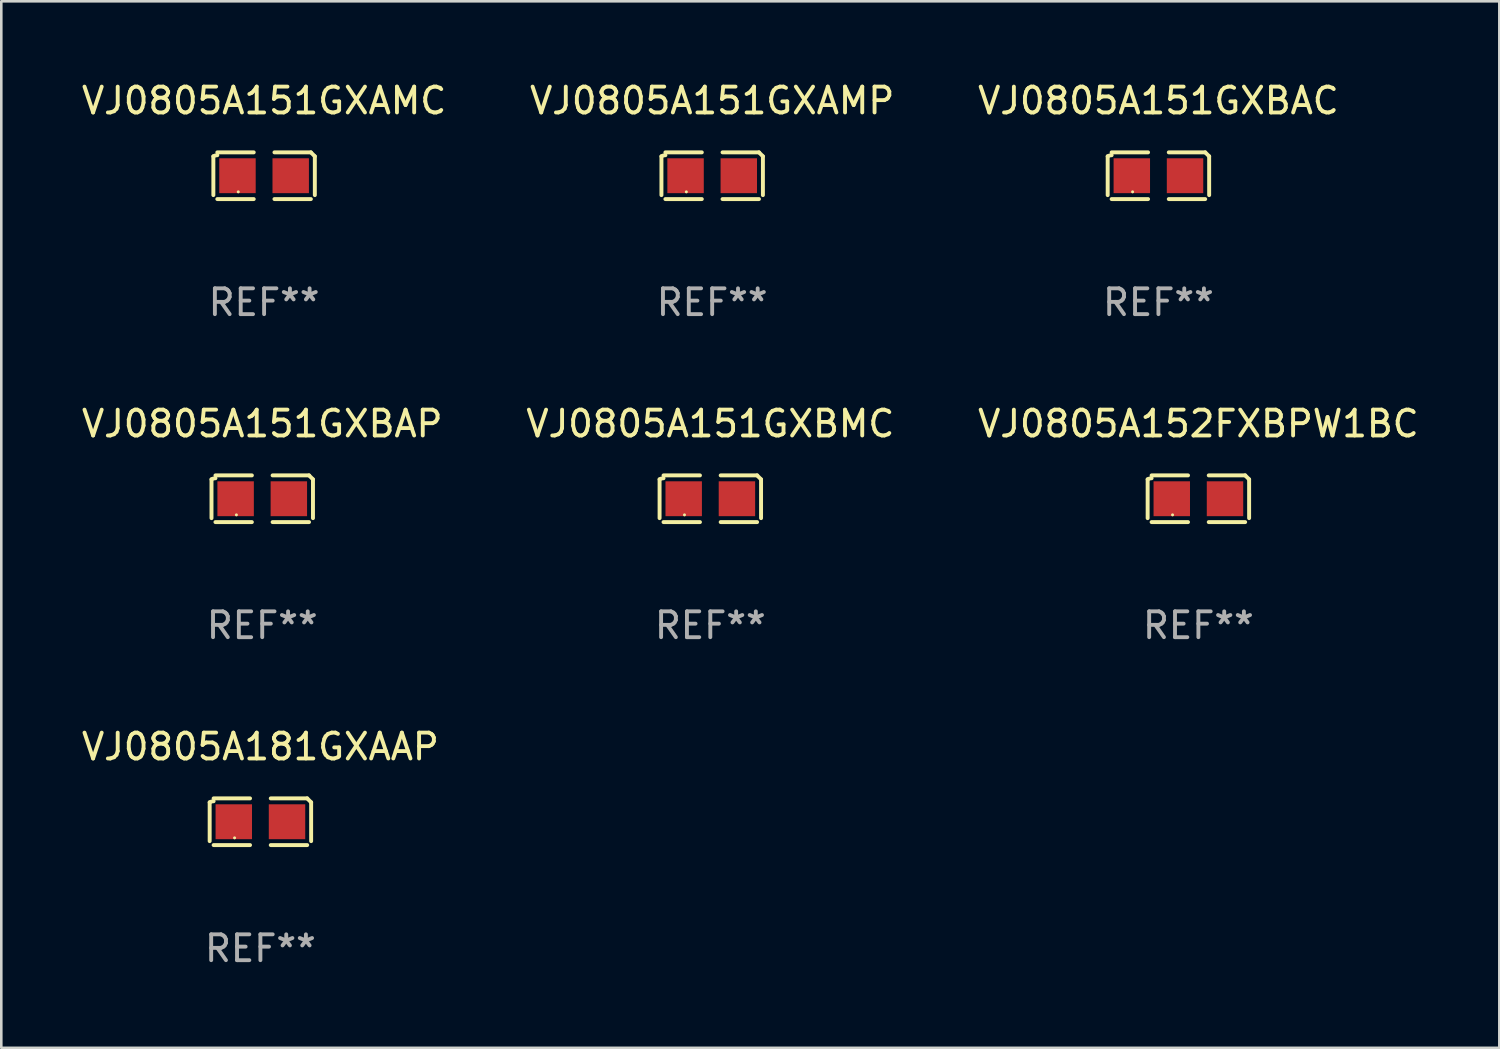
<source format=kicad_pcb>
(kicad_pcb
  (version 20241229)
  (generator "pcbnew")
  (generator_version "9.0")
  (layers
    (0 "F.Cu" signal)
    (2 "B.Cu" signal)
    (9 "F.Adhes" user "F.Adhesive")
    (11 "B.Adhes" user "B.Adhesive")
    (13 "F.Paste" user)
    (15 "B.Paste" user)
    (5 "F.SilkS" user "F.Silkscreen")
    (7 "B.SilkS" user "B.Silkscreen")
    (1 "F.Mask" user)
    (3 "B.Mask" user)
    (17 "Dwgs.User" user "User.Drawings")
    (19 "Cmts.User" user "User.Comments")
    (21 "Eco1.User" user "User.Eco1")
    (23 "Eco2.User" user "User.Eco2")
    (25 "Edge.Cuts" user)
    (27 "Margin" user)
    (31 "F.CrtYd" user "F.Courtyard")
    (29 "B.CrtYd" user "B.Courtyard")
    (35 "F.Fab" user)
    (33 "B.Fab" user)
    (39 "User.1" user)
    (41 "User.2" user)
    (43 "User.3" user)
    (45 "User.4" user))
  (footprint "VJ0805A151GXBAC"
    (layer "F.Cu")
    (at 41.792 3.752)
    (property "Reference" "VJ0805A151GXBAC" (at 0 -2.904 0) (layer "F.SilkS") (effects (font (size 1 1) (thickness 0.15))))
    (attr through_hole)
    (fp_line (start -1.964 0.751) (end -1.964 -0.751) (stroke (width 0.152) (type solid)) (layer "F.SilkS"))
    (fp_line (start -1.811 -0.904) (end -0.401 -0.904) (stroke (width 0.152) (type solid)) (layer "F.SilkS"))
    (fp_line (start -0.401 0.904) (end -1.811 0.904) (stroke (width 0.152) (type solid)) (layer "F.SilkS"))
    (fp_line (start 0.401 0.904) (end 1.811 0.904) (stroke (width 0.152) (type solid)) (layer "F.SilkS"))
    (fp_line (start 1.811 -0.904) (end 0.401 -0.904) (stroke (width 0.152) (type solid)) (layer "F.SilkS"))
    (fp_line (start 1.964 0.751) (end 1.964 -0.751) (stroke (width 0.152) (type solid)) (layer "F.SilkS"))
    (fp_arc (start -1.963602 -0.751207) (mid -1.890354 -0.783131) (end -1.811201 -0.794044) (stroke (width 0.1524) (type solid)) (layer "F.SilkS"))
    (fp_arc (start 1.811202 -0.903607) (mid 1.887413 -0.827418) (end 1.963602 -0.751207) (stroke (width 0.1524) (type solid)) (layer "F.SilkS"))
    (fp_circle (center -1 0.625) (end -0.97 0.625) (stroke (width 0.06) (type solid)) (fill no) (layer "F.SilkS"))
    (fp_text user "REF**" (at 0 4.904 0) (layer "F.Fab") (effects (font (size 1 1) (thickness 0.15))))
    (pad "1" smd rect (at -1.03 0) (size 1.41 1.35) (layers "F.Cu" "F.Mask" "F.Paste"))
    (pad "2" smd rect (at 1.03 0) (size 1.41 1.35) (layers "F.Cu" "F.Mask" "F.Paste")))
  (footprint "VJ0805A151GXAMC"
    (layer "F.Cu")
    (at 7.173 3.752)
    (property "Reference" "VJ0805A151GXAMC" (at 0 -2.904 0) (layer "F.SilkS") (effects (font (size 1 1) (thickness 0.15))))
    (attr through_hole)
    (fp_line (start -1.964 0.751) (end -1.964 -0.751) (stroke (width 0.152) (type solid)) (layer "F.SilkS"))
    (fp_line (start -1.811 -0.904) (end -0.401 -0.904) (stroke (width 0.152) (type solid)) (layer "F.SilkS"))
    (fp_line (start -0.401 0.904) (end -1.811 0.904) (stroke (width 0.152) (type solid)) (layer "F.SilkS"))
    (fp_line (start 0.401 0.904) (end 1.811 0.904) (stroke (width 0.152) (type solid)) (layer "F.SilkS"))
    (fp_line (start 1.811 -0.904) (end 0.401 -0.904) (stroke (width 0.152) (type solid)) (layer "F.SilkS"))
    (fp_line (start 1.964 0.751) (end 1.964 -0.751) (stroke (width 0.152) (type solid)) (layer "F.SilkS"))
    (fp_arc (start -1.963602 -0.751207) (mid -1.890354 -0.783131) (end -1.811201 -0.794044) (stroke (width 0.1524) (type solid)) (layer "F.SilkS"))
    (fp_arc (start 1.811202 -0.903607) (mid 1.887413 -0.827418) (end 1.963602 -0.751207) (stroke (width 0.1524) (type solid)) (layer "F.SilkS"))
    (fp_circle (center -1 0.625) (end -0.97 0.625) (stroke (width 0.06) (type solid)) (fill no) (layer "F.SilkS"))
    (fp_text user "REF**" (at 0 4.904 0) (layer "F.Fab") (effects (font (size 1 1) (thickness 0.15))))
    (pad "1" smd rect (at -1.03 0) (size 1.41 1.35) (layers "F.Cu" "F.Mask" "F.Paste"))
    (pad "2" smd rect (at 1.03 0) (size 1.41 1.35) (layers "F.Cu" "F.Mask" "F.Paste")))
  (footprint "VJ0805A151GXAMP"
    (layer "F.Cu")
    (at 24.518 3.752)
    (property "Reference" "VJ0805A151GXAMP" (at 0 -2.904 0) (layer "F.SilkS") (effects (font (size 1 1) (thickness 0.15))))
    (attr through_hole)
    (fp_line (start -1.964 0.751) (end -1.964 -0.751) (stroke (width 0.152) (type solid)) (layer "F.SilkS"))
    (fp_line (start -1.811 -0.904) (end -0.401 -0.904) (stroke (width 0.152) (type solid)) (layer "F.SilkS"))
    (fp_line (start -0.401 0.904) (end -1.811 0.904) (stroke (width 0.152) (type solid)) (layer "F.SilkS"))
    (fp_line (start 0.401 0.904) (end 1.811 0.904) (stroke (width 0.152) (type solid)) (layer "F.SilkS"))
    (fp_line (start 1.811 -0.904) (end 0.401 -0.904) (stroke (width 0.152) (type solid)) (layer "F.SilkS"))
    (fp_line (start 1.964 0.751) (end 1.964 -0.751) (stroke (width 0.152) (type solid)) (layer "F.SilkS"))
    (fp_arc (start -1.963602 -0.751207) (mid -1.890354 -0.783131) (end -1.811201 -0.794044) (stroke (width 0.1524) (type solid)) (layer "F.SilkS"))
    (fp_arc (start 1.811202 -0.903607) (mid 1.887413 -0.827418) (end 1.963602 -0.751207) (stroke (width 0.1524) (type solid)) (layer "F.SilkS"))
    (fp_circle (center -1 0.625) (end -0.97 0.625) (stroke (width 0.06) (type solid)) (fill no) (layer "F.SilkS"))
    (fp_text user "REF**" (at 0 4.904 0) (layer "F.Fab") (effects (font (size 1 1) (thickness 0.15))))
    (pad "1" smd rect (at -1.03 0) (size 1.41 1.35) (layers "F.Cu" "F.Mask" "F.Paste"))
    (pad "2" smd rect (at 1.03 0) (size 1.41 1.35) (layers "F.Cu" "F.Mask" "F.Paste")))
  (footprint "VJ0805A151GXBMC"
    (layer "F.Cu")
    (at 24.446 16.256)
    (property "Reference" "VJ0805A151GXBMC" (at 0 -2.904 0) (layer "F.SilkS") (effects (font (size 1 1) (thickness 0.15))))
    (attr through_hole)
    (fp_line (start -1.964 0.751) (end -1.964 -0.751) (stroke (width 0.152) (type solid)) (layer "F.SilkS"))
    (fp_line (start -1.811 -0.904) (end -0.401 -0.904) (stroke (width 0.152) (type solid)) (layer "F.SilkS"))
    (fp_line (start -0.401 0.904) (end -1.811 0.904) (stroke (width 0.152) (type solid)) (layer "F.SilkS"))
    (fp_line (start 0.401 0.904) (end 1.811 0.904) (stroke (width 0.152) (type solid)) (layer "F.SilkS"))
    (fp_line (start 1.811 -0.904) (end 0.401 -0.904) (stroke (width 0.152) (type solid)) (layer "F.SilkS"))
    (fp_line (start 1.964 0.751) (end 1.964 -0.751) (stroke (width 0.152) (type solid)) (layer "F.SilkS"))
    (fp_arc (start -1.963602 -0.751207) (mid -1.890354 -0.783131) (end -1.811201 -0.794044) (stroke (width 0.1524) (type solid)) (layer "F.SilkS"))
    (fp_arc (start 1.811202 -0.903607) (mid 1.887413 -0.827418) (end 1.963602 -0.751207) (stroke (width 0.1524) (type solid)) (layer "F.SilkS"))
    (fp_circle (center -1 0.625) (end -0.97 0.625) (stroke (width 0.06) (type solid)) (fill no) (layer "F.SilkS"))
    (fp_text user "REF**" (at 0 4.904 0) (layer "F.Fab") (effects (font (size 1 1) (thickness 0.15))))
    (pad "1" smd rect (at -1.03 0) (size 1.41 1.35) (layers "F.Cu" "F.Mask" "F.Paste"))
    (pad "2" smd rect (at 1.03 0) (size 1.41 1.35) (layers "F.Cu" "F.Mask" "F.Paste")))
  (footprint "VJ0805A181GXAAP"
    (layer "F.Cu")
    (at 7.03 28.759)
    (property "Reference" "VJ0805A181GXAAP" (at 0 -2.904 0) (layer "F.SilkS") (effects (font (size 1 1) (thickness 0.15))))
    (attr through_hole)
    (fp_line (start -1.964 0.751) (end -1.964 -0.751) (stroke (width 0.152) (type solid)) (layer "F.SilkS"))
    (fp_line (start -1.811 -0.904) (end -0.401 -0.904) (stroke (width 0.152) (type solid)) (layer "F.SilkS"))
    (fp_line (start -0.401 0.904) (end -1.811 0.904) (stroke (width 0.152) (type solid)) (layer "F.SilkS"))
    (fp_line (start 0.401 0.904) (end 1.811 0.904) (stroke (width 0.152) (type solid)) (layer "F.SilkS"))
    (fp_line (start 1.811 -0.904) (end 0.401 -0.904) (stroke (width 0.152) (type solid)) (layer "F.SilkS"))
    (fp_line (start 1.964 0.751) (end 1.964 -0.751) (stroke (width 0.152) (type solid)) (layer "F.SilkS"))
    (fp_arc (start -1.963602 -0.751207) (mid -1.890354 -0.783131) (end -1.811201 -0.794044) (stroke (width 0.1524) (type solid)) (layer "F.SilkS"))
    (fp_arc (start 1.811202 -0.903607) (mid 1.887413 -0.827418) (end 1.963602 -0.751207) (stroke (width 0.1524) (type solid)) (layer "F.SilkS"))
    (fp_circle (center -1 0.625) (end -0.97 0.625) (stroke (width 0.06) (type solid)) (fill no) (layer "F.SilkS"))
    (fp_text user "REF**" (at 0 4.904 0) (layer "F.Fab") (effects (font (size 1 1) (thickness 0.15))))
    (pad "1" smd rect (at -1.03 0) (size 1.41 1.35) (layers "F.Cu" "F.Mask" "F.Paste"))
    (pad "2" smd rect (at 1.03 0) (size 1.41 1.35) (layers "F.Cu" "F.Mask" "F.Paste")))
  (footprint "VJ0805A151GXBAP"
    (layer "F.Cu")
    (at 7.101 16.256)
    (property "Reference" "VJ0805A151GXBAP" (at 0 -2.904 0) (layer "F.SilkS") (effects (font (size 1 1) (thickness 0.15))))
    (attr through_hole)
    (fp_line (start -1.964 0.751) (end -1.964 -0.751) (stroke (width 0.152) (type solid)) (layer "F.SilkS"))
    (fp_line (start -1.811 -0.904) (end -0.401 -0.904) (stroke (width 0.152) (type solid)) (layer "F.SilkS"))
    (fp_line (start -0.401 0.904) (end -1.811 0.904) (stroke (width 0.152) (type solid)) (layer "F.SilkS"))
    (fp_line (start 0.401 0.904) (end 1.811 0.904) (stroke (width 0.152) (type solid)) (layer "F.SilkS"))
    (fp_line (start 1.811 -0.904) (end 0.401 -0.904) (stroke (width 0.152) (type solid)) (layer "F.SilkS"))
    (fp_line (start 1.964 0.751) (end 1.964 -0.751) (stroke (width 0.152) (type solid)) (layer "F.SilkS"))
    (fp_arc (start -1.963602 -0.751207) (mid -1.890354 -0.783131) (end -1.811201 -0.794044) (stroke (width 0.1524) (type solid)) (layer "F.SilkS"))
    (fp_arc (start 1.811202 -0.903607) (mid 1.887413 -0.827418) (end 1.963602 -0.751207) (stroke (width 0.1524) (type solid)) (layer "F.SilkS"))
    (fp_circle (center -1 0.625) (end -0.97 0.625) (stroke (width 0.06) (type solid)) (fill no) (layer "F.SilkS"))
    (fp_text user "REF**" (at 0 4.904 0) (layer "F.Fab") (effects (font (size 1 1) (thickness 0.15))))
    (pad "1" smd rect (at -1.03 0) (size 1.41 1.35) (layers "F.Cu" "F.Mask" "F.Paste"))
    (pad "2" smd rect (at 1.03 0) (size 1.41 1.35) (layers "F.Cu" "F.Mask" "F.Paste")))
  (footprint "VJ0805A152FXBPW1BC"
    (layer "F.Cu")
    (at 43.339 16.256)
    (property "Reference" "VJ0805A152FXBPW1BC" (at 0 -2.904 0) (layer "F.SilkS") (effects (font (size 1 1) (thickness 0.15))))
    (attr through_hole)
    (fp_line (start -1.964 0.751) (end -1.964 -0.751) (stroke (width 0.152) (type solid)) (layer "F.SilkS"))
    (fp_line (start -1.811 -0.904) (end -0.401 -0.904) (stroke (width 0.152) (type solid)) (layer "F.SilkS"))
    (fp_line (start -0.401 0.904) (end -1.811 0.904) (stroke (width 0.152) (type solid)) (layer "F.SilkS"))
    (fp_line (start 0.401 0.904) (end 1.811 0.904) (stroke (width 0.152) (type solid)) (layer "F.SilkS"))
    (fp_line (start 1.811 -0.904) (end 0.401 -0.904) (stroke (width 0.152) (type solid)) (layer "F.SilkS"))
    (fp_line (start 1.964 0.751) (end 1.964 -0.751) (stroke (width 0.152) (type solid)) (layer "F.SilkS"))
    (fp_arc (start -1.963602 -0.751207) (mid -1.890354 -0.783131) (end -1.811201 -0.794044) (stroke (width 0.1524) (type solid)) (layer "F.SilkS"))
    (fp_arc (start 1.811202 -0.903607) (mid 1.887413 -0.827418) (end 1.963602 -0.751207) (stroke (width 0.1524) (type solid)) (layer "F.SilkS"))
    (fp_circle (center -1 0.625) (end -0.97 0.625) (stroke (width 0.06) (type solid)) (fill no) (layer "F.SilkS"))
    (fp_text user "REF**" (at 0 4.904 0) (layer "F.Fab") (effects (font (size 1 1) (thickness 0.15))))
    (pad "1" smd rect (at -1.03 0) (size 1.41 1.35) (layers "F.Cu" "F.Mask" "F.Paste"))
    (pad "2" smd rect (at 1.03 0) (size 1.41 1.35) (layers "F.Cu" "F.Mask" "F.Paste")))
  (gr_rect
    (start -3 -3)
    (end 54.988 37.511)
    (stroke (width 0.1) (type default))
    (fill no)
    (layer "Edge.Cuts")))
</source>
